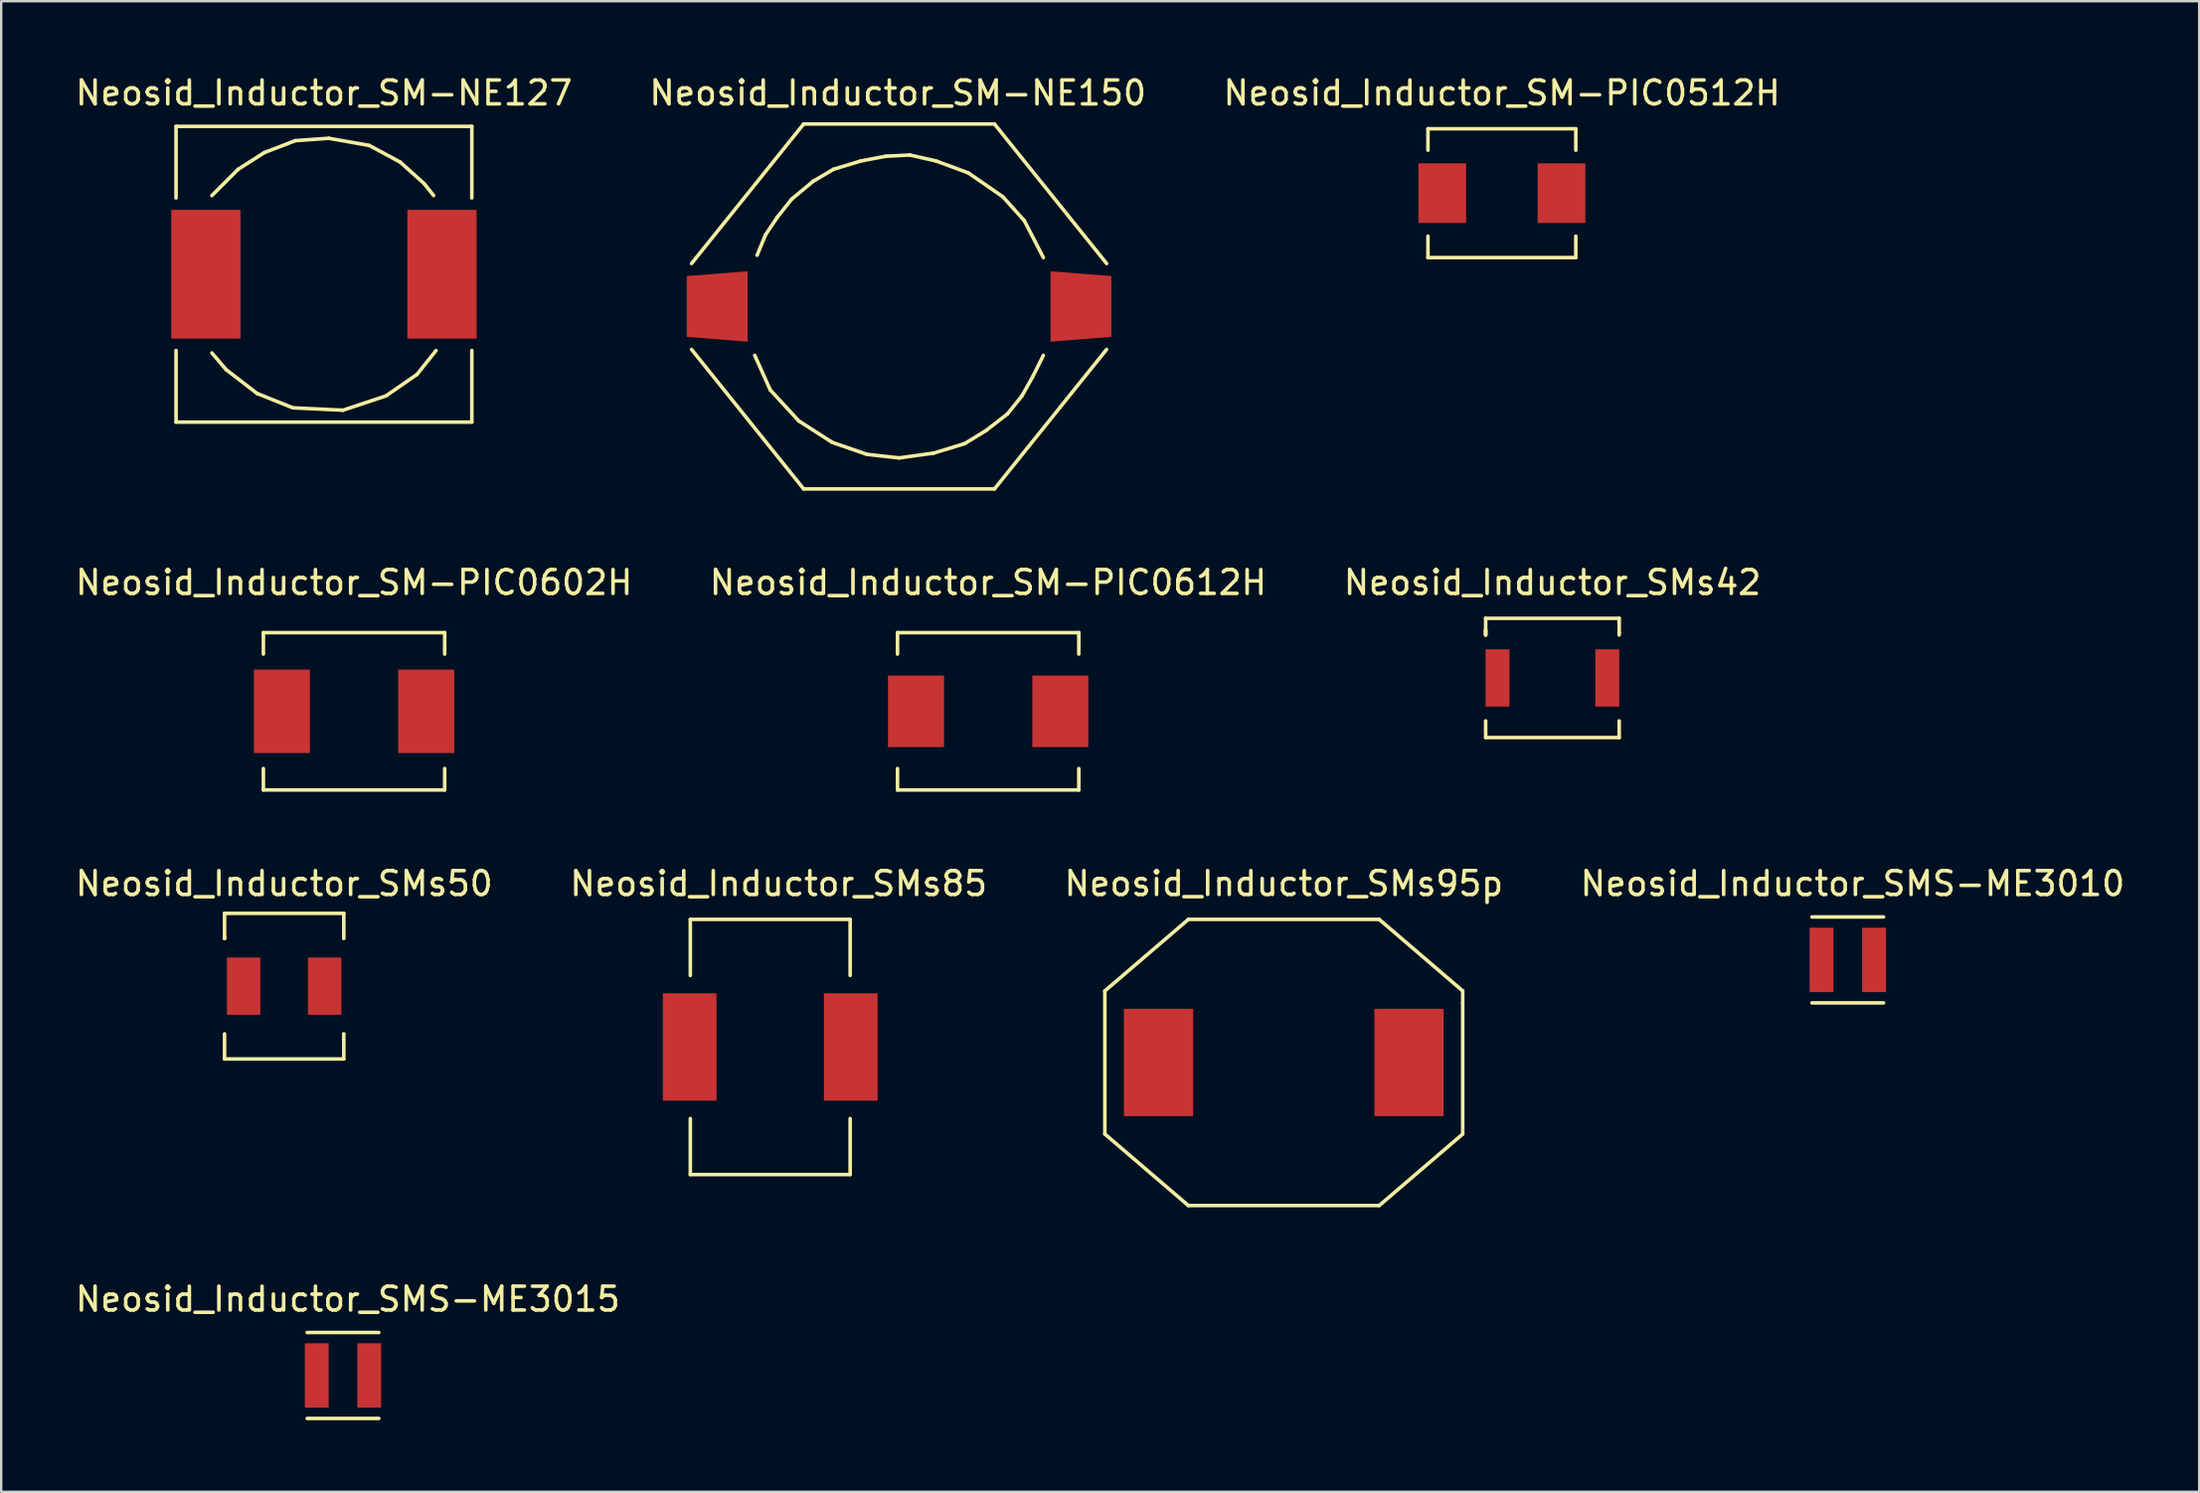
<source format=kicad_pcb>
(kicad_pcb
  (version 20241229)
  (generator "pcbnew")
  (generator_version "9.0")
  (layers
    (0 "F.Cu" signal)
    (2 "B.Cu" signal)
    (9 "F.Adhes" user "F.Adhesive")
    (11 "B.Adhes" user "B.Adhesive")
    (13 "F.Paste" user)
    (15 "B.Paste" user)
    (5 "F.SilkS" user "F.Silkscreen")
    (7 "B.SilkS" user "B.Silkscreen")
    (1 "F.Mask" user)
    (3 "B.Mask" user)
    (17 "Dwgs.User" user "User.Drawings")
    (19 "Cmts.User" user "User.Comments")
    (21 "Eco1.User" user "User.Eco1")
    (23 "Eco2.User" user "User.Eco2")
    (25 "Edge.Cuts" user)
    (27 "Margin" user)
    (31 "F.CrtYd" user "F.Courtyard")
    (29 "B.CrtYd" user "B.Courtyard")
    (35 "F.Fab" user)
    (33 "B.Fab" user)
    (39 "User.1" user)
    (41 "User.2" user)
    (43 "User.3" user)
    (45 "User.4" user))
  (footprint "Neosid_Inductor_SMs95p"
    (layer "F.Cu")
    (at 50.768 41.496)
    (property "Reference" "Neosid_Inductor_SMs95p" (at 0 -7.501 0) (layer "F.SilkS") (effects (font (size 1 1) (thickness 0.15))))
    (attr smd)
    (fp_line (start -7.501 -3) (end -7.501 3) (stroke (width 0.15) (type solid)) (layer "F.SilkS"))
    (fp_line (start -7.501 3) (end -4 5.999) (stroke (width 0.15) (type solid)) (layer "F.SilkS"))
    (fp_line (start -4 -5.999) (end -7.501 -3) (stroke (width 0.15) (type solid)) (layer "F.SilkS"))
    (fp_line (start -4 5.999) (end 4 5.999) (stroke (width 0.15) (type solid)) (layer "F.SilkS"))
    (fp_line (start 4 -5.999) (end -4 -5.999) (stroke (width 0.15) (type solid)) (layer "F.SilkS"))
    (fp_line (start 4 5.999) (end 7.501 3) (stroke (width 0.15) (type solid)) (layer "F.SilkS"))
    (fp_line (start 7.501 -3) (end 4 -5.999) (stroke (width 0.15) (type solid)) (layer "F.SilkS"))
    (fp_line (start 7.501 -2.499) (end 7.501 -3) (stroke (width 0.15) (type solid)) (layer "F.SilkS"))
    (fp_line (start 7.501 3) (end 7.501 -2.499) (stroke (width 0.15) (type solid)) (layer "F.SilkS"))
    (pad "1" smd rect (at -5.25 0) (size 2.901 4.501) (layers "F.Cu" "F.Mask" "F.Paste"))
    (pad "2" smd rect (at 5.25 0) (size 2.901 4.501) (layers "F.Cu" "F.Mask" "F.Paste")))
  (footprint "Neosid_Inductor_SMs42"
    (layer "F.Cu")
    (at 62.03 25.373)
    (property "Reference" "Neosid_Inductor_SMs42" (at 0 -4 0) (layer "F.SilkS") (effects (font (size 1 1) (thickness 0.15))))
    (attr smd)
    (fp_line (start -2.799 -2.499) (end -2.799 -1.801) (stroke (width 0.15) (type solid)) (layer "F.SilkS"))
    (fp_line (start -2.799 -1.999) (end -2.799 -1.801) (stroke (width 0.15) (type solid)) (layer "F.SilkS"))
    (fp_line (start -2.799 -1.801) (end -2.799 -1.999) (stroke (width 0.15) (type solid)) (layer "F.SilkS"))
    (fp_line (start -2.799 2.499) (end -2.799 1.801) (stroke (width 0.15) (type solid)) (layer "F.SilkS"))
    (fp_line (start 2.799 -2.499) (end -2.799 -2.499) (stroke (width 0.15) (type solid)) (layer "F.SilkS"))
    (fp_line (start 2.799 -2.499) (end 2.799 -1.9) (stroke (width 0.15) (type solid)) (layer "F.SilkS"))
    (fp_line (start 2.799 -1.9) (end 2.799 -1.801) (stroke (width 0.15) (type solid)) (layer "F.SilkS"))
    (fp_line (start 2.799 1.801) (end 2.799 2.499) (stroke (width 0.15) (type solid)) (layer "F.SilkS"))
    (fp_line (start 2.799 2.499) (end -2.799 2.499) (stroke (width 0.15) (type solid)) (layer "F.SilkS"))
    (pad "1" smd rect (at -2.301 0) (size 1.001 2.4) (layers "F.Cu" "F.Mask" "F.Paste"))
    (pad "2" smd rect (at 2.301 0) (size 1.001 2.4) (layers "F.Cu" "F.Mask" "F.Paste")))
  (footprint "Neosid_Inductor_SM-PIC0602H"
    (layer "F.Cu")
    (at 11.792 26.773)
    (property "Reference" "Neosid_Inductor_SM-PIC0602H" (at 0 -5.4 0) (layer "F.SilkS") (effects (font (size 1 1) (thickness 0.15))))
    (attr smd)
    (fp_line (start -3.8 -3.299) (end -3.8 -2.4) (stroke (width 0.15) (type solid)) (layer "F.SilkS"))
    (fp_line (start -3.8 2.4) (end -3.8 3.299) (stroke (width 0.15) (type solid)) (layer "F.SilkS"))
    (fp_line (start -3.8 3.299) (end 3.8 3.299) (stroke (width 0.15) (type solid)) (layer "F.SilkS"))
    (fp_line (start 3.8 -3.299) (end -3.8 -3.299) (stroke (width 0.15) (type solid)) (layer "F.SilkS"))
    (fp_line (start 3.8 -2.4) (end 3.8 -3.299) (stroke (width 0.15) (type solid)) (layer "F.SilkS"))
    (fp_line (start 3.8 3.299) (end 3.8 2.4) (stroke (width 0.15) (type solid)) (layer "F.SilkS"))
    (pad "1" smd rect (at -3.025 0) (size 2.349 3.5) (layers "F.Cu" "F.Mask" "F.Paste"))
    (pad "2" smd rect (at 3.025 0) (size 2.349 3.5) (layers "F.Cu" "F.Mask" "F.Paste")))
  (footprint "Neosid_Inductor_SMs50"
    (layer "F.Cu")
    (at 8.863 38.296)
    (property "Reference" "Neosid_Inductor_SMs50" (at 0 -4.3 0) (layer "F.SilkS") (effects (font (size 1 1) (thickness 0.15))))
    (attr smd)
    (fp_line (start -2.499 -3.051) (end -2.499 -1.999) (stroke (width 0.15) (type solid)) (layer "F.SilkS"))
    (fp_line (start -2.499 -1.999) (end -2.499 -2.05) (stroke (width 0.15) (type solid)) (layer "F.SilkS"))
    (fp_line (start -2.499 1.999) (end -2.499 3.051) (stroke (width 0.15) (type solid)) (layer "F.SilkS"))
    (fp_line (start -2.499 3.051) (end 2.499 3.051) (stroke (width 0.15) (type solid)) (layer "F.SilkS"))
    (fp_line (start 2.499 -3.051) (end -2.499 -3.051) (stroke (width 0.15) (type solid)) (layer "F.SilkS"))
    (fp_line (start 2.499 -3.051) (end 2.499 -1.999) (stroke (width 0.15) (type solid)) (layer "F.SilkS"))
    (fp_line (start 2.499 3.051) (end 2.499 1.999) (stroke (width 0.15) (type solid)) (layer "F.SilkS"))
    (pad "1" smd rect (at -1.699 0) (size 1.4 2.4) (layers "F.Cu" "F.Mask" "F.Paste"))
    (pad "2" smd rect (at 1.699 0) (size 1.4 2.4) (layers "F.Cu" "F.Mask" "F.Paste")))
  (footprint "Neosid_Inductor_SM-NE127"
    (layer "F.Cu")
    (at 10.53 8.448)
    (property "Reference" "Neosid_Inductor_SM-NE127" (at 0 -7.6 0) (layer "F.SilkS") (effects (font (size 1 1) (thickness 0.15))))
    (attr smd)
    (fp_line (start -6.2 -6.2) (end -6.2 -3.2) (stroke (width 0.15) (type solid)) (layer "F.SilkS"))
    (fp_line (start -6.2 3.2) (end -6.2 6.2) (stroke (width 0.15) (type solid)) (layer "F.SilkS"))
    (fp_line (start -6.2 6.2) (end 6.2 6.2) (stroke (width 0.15) (type solid)) (layer "F.SilkS"))
    (fp_line (start -4.699 3.299) (end -4.1 4) (stroke (width 0.15) (type solid)) (layer "F.SilkS"))
    (fp_line (start -4.1 4) (end -2.799 5.001) (stroke (width 0.15) (type solid)) (layer "F.SilkS"))
    (fp_line (start -3.599 -4.399) (end -4.699 -3.299) (stroke (width 0.15) (type solid)) (layer "F.SilkS"))
    (fp_line (start -2.799 5.001) (end -1.3 5.601) (stroke (width 0.15) (type solid)) (layer "F.SilkS"))
    (fp_line (start -2.499 -5.1) (end -3.599 -4.399) (stroke (width 0.15) (type solid)) (layer "F.SilkS"))
    (fp_line (start -1.3 5.601) (end 0.8 5.7) (stroke (width 0.15) (type solid)) (layer "F.SilkS"))
    (fp_line (start -1.199 -5.601) (end -2.499 -5.1) (stroke (width 0.15) (type solid)) (layer "F.SilkS"))
    (fp_line (start 0.201 -5.7) (end -1.199 -5.601) (stroke (width 0.15) (type solid)) (layer "F.SilkS"))
    (fp_line (start 0.8 5.7) (end 2.601 5.1) (stroke (width 0.15) (type solid)) (layer "F.SilkS"))
    (fp_line (start 1.9 -5.4) (end 0.201 -5.7) (stroke (width 0.15) (type solid)) (layer "F.SilkS"))
    (fp_line (start 2.601 5.1) (end 3.899 4.201) (stroke (width 0.15) (type solid)) (layer "F.SilkS"))
    (fp_line (start 3.2 -4.699) (end 1.9 -5.4) (stroke (width 0.15) (type solid)) (layer "F.SilkS"))
    (fp_line (start 3.899 4.201) (end 4.699 3.2) (stroke (width 0.15) (type solid)) (layer "F.SilkS"))
    (fp_line (start 4.201 -3.8) (end 3.2 -4.699) (stroke (width 0.15) (type solid)) (layer "F.SilkS"))
    (fp_line (start 4.6 -3.299) (end 4.201 -3.8) (stroke (width 0.15) (type solid)) (layer "F.SilkS"))
    (fp_line (start 6.2 -6.2) (end -6.2 -6.2) (stroke (width 0.15) (type solid)) (layer "F.SilkS"))
    (fp_line (start 6.2 -3.2) (end 6.2 -6.2) (stroke (width 0.15) (type solid)) (layer "F.SilkS"))
    (fp_line (start 6.2 6.2) (end 6.2 3.2) (stroke (width 0.15) (type solid)) (layer "F.SilkS"))
    (pad "1" smd rect (at -4.95 0) (size 2.901 5.4) (layers "F.Cu" "F.Mask" "F.Paste"))
    (pad "2" smd rect (at 4.95 0) (size 2.901 5.4) (layers "F.Cu" "F.Mask" "F.Paste")))
  (footprint "Neosid_Inductor_SMS-ME3015"
    (layer "F.Cu")
    (at 11.329 54.619)
    (property "Reference" "Neosid_Inductor_SMS-ME3015" (at 0.201 -3.2 0) (layer "F.SilkS") (effects (font (size 1 1) (thickness 0.15))))
    (attr smd)
    (fp_line (start 1.501 -1.801) (end -1.501 -1.801) (stroke (width 0.15) (type solid)) (layer "F.SilkS"))
    (fp_line (start 1.501 1.801) (end -1.501 1.801) (stroke (width 0.15) (type solid)) (layer "F.SilkS"))
    (pad "1" smd rect (at -1.1 0) (size 1.001 2.7) (layers "F.Cu" "F.Mask" "F.Paste"))
    (pad "2" smd rect (at 1.1 0) (size 1.001 2.7) (layers "F.Cu" "F.Mask" "F.Paste")))
  (footprint "Neosid_Inductor_SMS-ME3010"
    (layer "F.Cu")
    (at 74.412 37.196)
    (property "Reference" "Neosid_Inductor_SMS-ME3010" (at 0.201 -3.2 0) (layer "F.SilkS") (effects (font (size 1 1) (thickness 0.15))))
    (attr smd)
    (fp_line (start 1.501 -1.801) (end -1.501 -1.801) (stroke (width 0.15) (type solid)) (layer "F.SilkS"))
    (fp_line (start 1.501 1.801) (end -1.501 1.801) (stroke (width 0.15) (type solid)) (layer "F.SilkS"))
    (pad "1" smd rect (at -1.1 0) (size 1.001 2.7) (layers "F.Cu" "F.Mask" "F.Paste"))
    (pad "2" smd rect (at 1.1 0) (size 1.001 2.7) (layers "F.Cu" "F.Mask" "F.Paste")))
  (footprint "Neosid_Inductor_SM-PIC0512H"
    (layer "F.Cu")
    (at 59.911 5.049)
    (property "Reference" "Neosid_Inductor_SM-PIC0512H" (at 0 -4.201 0) (layer "F.SilkS") (effects (font (size 1 1) (thickness 0.15))))
    (attr smd)
    (fp_line (start -3.099 -2.7) (end -3.099 -1.801) (stroke (width 0.15) (type solid)) (layer "F.SilkS"))
    (fp_line (start -3.099 2.7) (end -3.099 1.801) (stroke (width 0.15) (type solid)) (layer "F.SilkS"))
    (fp_line (start 3.099 -2.7) (end -3.099 -2.7) (stroke (width 0.15) (type solid)) (layer "F.SilkS"))
    (fp_line (start 3.099 -2.7) (end 3.099 -1.801) (stroke (width 0.15) (type solid)) (layer "F.SilkS"))
    (fp_line (start 3.099 1.801) (end 3.099 2.7) (stroke (width 0.15) (type solid)) (layer "F.SilkS"))
    (fp_line (start 3.099 2.7) (end -3.099 2.7) (stroke (width 0.15) (type solid)) (layer "F.SilkS"))
    (pad "1" smd rect (at -2.499 0 180) (size 1.999 2.499) (layers "F.Cu" "F.Mask" "F.Paste"))
    (pad "2" smd rect (at 2.499 0 180) (size 1.999 2.499) (layers "F.Cu" "F.Mask" "F.Paste")))
  (footprint "Neosid_Inductor_SM-PIC0612H"
    (layer "F.Cu")
    (at 38.375 26.773)
    (property "Reference" "Neosid_Inductor_SM-PIC0612H" (at 0 -5.4 0) (layer "F.SilkS") (effects (font (size 1 1) (thickness 0.15))))
    (attr smd)
    (fp_line (start -3.8 -3.299) (end -3.8 -2.4) (stroke (width 0.15) (type solid)) (layer "F.SilkS"))
    (fp_line (start -3.8 2.4) (end -3.8 3.299) (stroke (width 0.15) (type solid)) (layer "F.SilkS"))
    (fp_line (start -3.8 3.299) (end 3.8 3.299) (stroke (width 0.15) (type solid)) (layer "F.SilkS"))
    (fp_line (start 3.8 -3.299) (end -3.8 -3.299) (stroke (width 0.15) (type solid)) (layer "F.SilkS"))
    (fp_line (start 3.8 -2.4) (end 3.8 -3.299) (stroke (width 0.15) (type solid)) (layer "F.SilkS"))
    (fp_line (start 3.8 3.299) (end 3.8 2.4) (stroke (width 0.15) (type solid)) (layer "F.SilkS"))
    (pad "1" smd rect (at -3.025 0) (size 2.349 3) (layers "F.Cu" "F.Mask" "F.Paste"))
    (pad "2" smd rect (at 3.025 0) (size 2.349 3) (layers "F.Cu" "F.Mask" "F.Paste")))
  (footprint "Neosid_Inductor_SMs85"
    (layer "F.Cu")
    (at 29.239 40.846)
    (property "Reference" "Neosid_Inductor_SMs85" (at 0.351 -6.85 0) (layer "F.SilkS") (effects (font (size 1 1) (thickness 0.15))))
    (attr smd)
    (fp_line (start -3.35 -5.349) (end -3.35 -3) (stroke (width 0.15) (type solid)) (layer "F.SilkS"))
    (fp_line (start -3.35 5.349) (end -3.35 3) (stroke (width 0.15) (type solid)) (layer "F.SilkS"))
    (fp_line (start 3.35 -5.349) (end -3.35 -5.349) (stroke (width 0.15) (type solid)) (layer "F.SilkS"))
    (fp_line (start 3.35 -5.349) (end 3.35 -3) (stroke (width 0.15) (type solid)) (layer "F.SilkS"))
    (fp_line (start 3.35 3) (end 3.35 5.349) (stroke (width 0.15) (type solid)) (layer "F.SilkS"))
    (fp_line (start 3.35 5.349) (end -3.35 5.349) (stroke (width 0.15) (type solid)) (layer "F.SilkS"))
    (pad "1" smd rect (at -3.376 0) (size 2.25 4.501) (layers "F.Cu" "F.Mask" "F.Paste"))
    (pad "2" smd rect (at 3.376 0) (size 2.25 4.501) (layers "F.Cu" "F.Mask" "F.Paste")))
  (footprint "Neosid_Inductor_SM-NE150"
    (layer "F.Cu")
    (at 34.64 9.799)
    (property "Reference" "Neosid_Inductor_SM-NE150" (at -0.051 -8.951 0) (layer "F.SilkS") (effects (font (size 1 1) (thickness 0.15))))
    (attr smd)
    (fp_line (start -5.951 -2.149) (end -5.601 -3) (stroke (width 0.15) (type solid)) (layer "F.SilkS"))
    (fp_line (start -5.601 -3) (end -5.1 -3.749) (stroke (width 0.15) (type solid)) (layer "F.SilkS"))
    (fp_line (start -5.4 3.5) (end -6.05 2.05) (stroke (width 0.15) (type solid)) (layer "F.SilkS"))
    (fp_line (start -5.1 -3.749) (end -4.501 -4.501) (stroke (width 0.15) (type solid)) (layer "F.SilkS"))
    (fp_line (start -4.501 -4.501) (end -3.599 -5.25) (stroke (width 0.15) (type solid)) (layer "F.SilkS"))
    (fp_line (start -4.201 4.801) (end -5.4 3.5) (stroke (width 0.15) (type solid)) (layer "F.SilkS"))
    (fp_line (start -4 -7.65) (end -8.7 -1.801) (stroke (width 0.15) (type solid)) (layer "F.SilkS"))
    (fp_line (start -4 7.65) (end -8.7 1.801) (stroke (width 0.15) (type solid)) (layer "F.SilkS"))
    (fp_line (start -3.599 -5.25) (end -2.751 -5.751) (stroke (width 0.15) (type solid)) (layer "F.SilkS"))
    (fp_line (start -2.799 5.7) (end -4.201 4.801) (stroke (width 0.15) (type solid)) (layer "F.SilkS"))
    (fp_line (start -2.751 -5.751) (end -1.6 -6.101) (stroke (width 0.15) (type solid)) (layer "F.SilkS"))
    (fp_line (start -1.6 -6.101) (end -0.551 -6.299) (stroke (width 0.15) (type solid)) (layer "F.SilkS"))
    (fp_line (start -1.349 6.2) (end -2.799 5.7) (stroke (width 0.15) (type solid)) (layer "F.SilkS"))
    (fp_line (start -0.551 -6.299) (end 0.45 -6.35) (stroke (width 0.15) (type solid)) (layer "F.SilkS"))
    (fp_line (start 0 6.35) (end -1.349 6.2) (stroke (width 0.15) (type solid)) (layer "F.SilkS"))
    (fp_line (start 0.45 -6.35) (end 1.549 -6.101) (stroke (width 0.15) (type solid)) (layer "F.SilkS"))
    (fp_line (start 1.45 6.149) (end 0 6.35) (stroke (width 0.15) (type solid)) (layer "F.SilkS"))
    (fp_line (start 1.549 -6.101) (end 2.901 -5.601) (stroke (width 0.15) (type solid)) (layer "F.SilkS"))
    (fp_line (start 2.751 5.751) (end 1.45 6.149) (stroke (width 0.15) (type solid)) (layer "F.SilkS"))
    (fp_line (start 2.901 -5.601) (end 4.351 -4.6) (stroke (width 0.15) (type solid)) (layer "F.SilkS"))
    (fp_line (start 3.65 5.199) (end 2.751 5.751) (stroke (width 0.15) (type solid)) (layer "F.SilkS"))
    (fp_line (start 4 -7.65) (end -4 -7.65) (stroke (width 0.15) (type solid)) (layer "F.SilkS"))
    (fp_line (start 4 7.65) (end -4 7.65) (stroke (width 0.15) (type solid)) (layer "F.SilkS"))
    (fp_line (start 4.351 -4.6) (end 5.25 -3.599) (stroke (width 0.15) (type solid)) (layer "F.SilkS"))
    (fp_line (start 4.549 4.501) (end 3.65 5.199) (stroke (width 0.15) (type solid)) (layer "F.SilkS"))
    (fp_line (start 5.151 3.749) (end 4.549 4.501) (stroke (width 0.15) (type solid)) (layer "F.SilkS"))
    (fp_line (start 5.25 -3.599) (end 6.05 -2.05) (stroke (width 0.15) (type solid)) (layer "F.SilkS"))
    (fp_line (start 5.601 2.949) (end 5.151 3.749) (stroke (width 0.15) (type solid)) (layer "F.SilkS"))
    (fp_line (start 6.05 2.05) (end 5.601 2.949) (stroke (width 0.15) (type solid)) (layer "F.SilkS"))
    (fp_line (start 8.7 -1.801) (end 4 -7.65) (stroke (width 0.15) (type solid)) (layer "F.SilkS"))
    (fp_line (start 8.7 1.801) (end 4 7.65) (stroke (width 0.15) (type solid)) (layer "F.SilkS"))
    (pad "1" smd trapezoid (at -7.625 0 180) (size 2.55 2.751) (rect_delta 0.201 0) (layers "F.Cu" "F.Mask" "F.Paste"))
    (pad "2" smd trapezoid (at 7.625 0) (size 2.55 2.751) (rect_delta 0.201 0) (layers "F.Cu" "F.Mask" "F.Paste")))
  (gr_rect
    (start -3 -3)
    (end 89.143 59.495)
    (stroke (width 0.1) (type default))
    (fill no)
    (layer "Edge.Cuts")))
</source>
